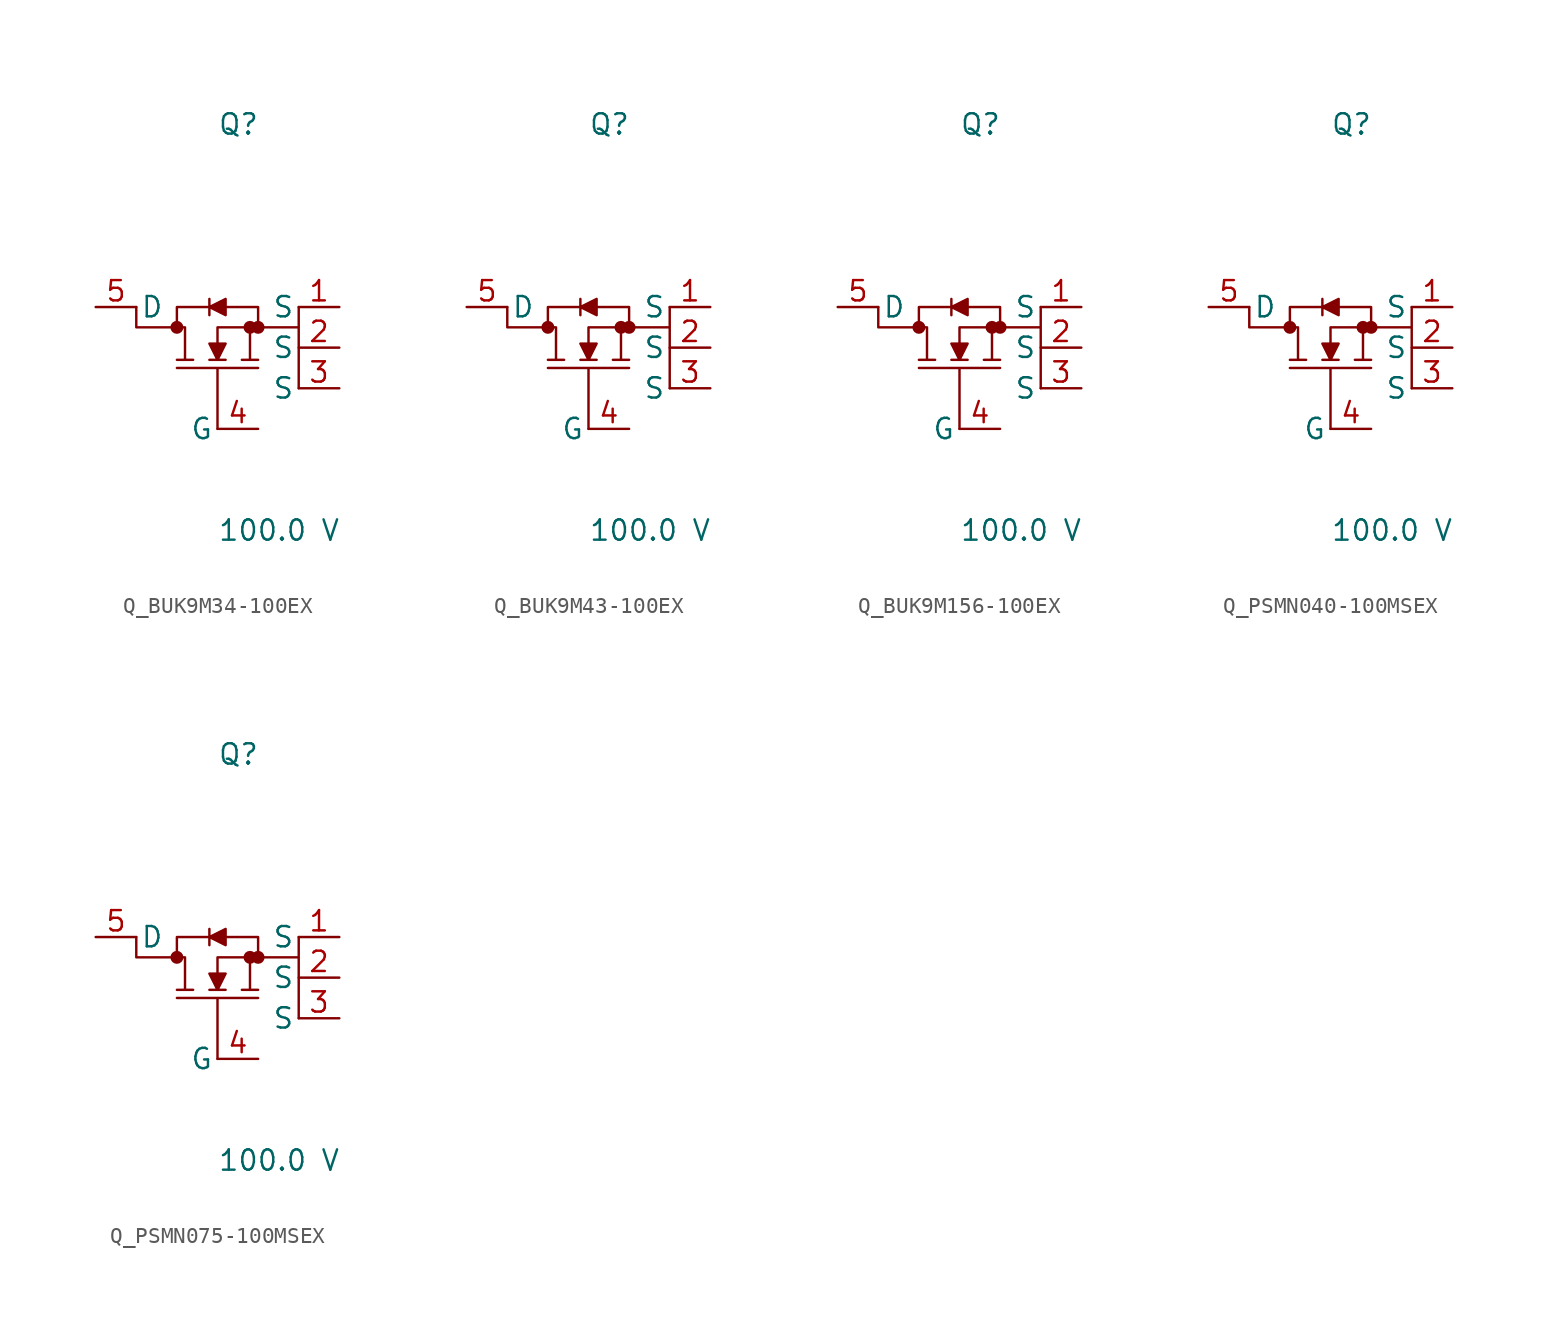
<source format=kicad_sym>
(kicad_symbol_lib
  (version 20231120)
  (generator kicad_symbol_editor)
  (generator_version 8.0)
  (symbol "Q_BUK9M34-100EX"
    (pin_names
      (offset 0.254))
    (property "Reference" "Q"
      (at 0.0 12.7 0)
      (effects (font (size 1.27 1.27)) (justify left)))
    (property "Value" "100.0 V"
      (at 0.0 -12.7 0)
      (effects (font (size 1.27 1.27)) (justify left)))
    (symbol "Q_BUK9M34-100EX_1_0"
      (polyline (pts (xy 0 -6.35) (xy 0 -2.54) (xy -2.54 -2.54) (xy 2.54 -2.54) (xy 0 -2.54) (xy 0 -6.35)) (stroke (width 0) (type default)) (fill (type none)))
      (polyline (pts (xy 5.08 1.27) (xy 5.08 0.0) (xy 2.54 0.0) (xy 2.54 1.27) (xy 0.508 1.27) (xy 0.508 1.778) (xy -0.508 1.27) (xy -0.508 1.778) (xy -0.508 1.27) (xy -2.54 1.27) (xy -2.54 0.0) (xy -5.08 0.0) (xy -5.08 1.27) (xy -5.08 0.0) (xy -2.032 0.0) (xy -2.032 -2.032) (xy -2.54 -2.032) (xy -1.524 -2.032) (xy -2.032 -2.032) (xy -2.032 0.0) (xy -2.54 0.0) (xy -2.54 1.27) (xy -0.508 1.27) (xy -0.508 0.762) (xy -0.508 1.27) (xy 0.508 0.762) (xy 0.508 1.27) (xy 2.54 1.27) (xy 2.54 0.0) (xy 0 0.0) (xy 0 -1.016) (xy -0.508 -1.016) (xy 0 -2.032) (xy -0.508 -2.032) (xy 0.508 -2.032) (xy 0 -2.032) (xy 0.508 -1.016) (xy 0 -1.016) (xy 0 0.0) (xy 2.032 0.0) (xy 2.032 -2.032) (xy 1.524 -2.032) (xy 2.54 -2.032) (xy 2.032 -2.032) (xy 2.032 0.0) (xy 5.08 0.0) (xy 5.08 -3.81)) (stroke (width 0) (type default)) (fill (type outline)))
      (circle (center -2.54 0.0) (radius 0.025) (stroke (width 0.381) (type default)) (fill (type none)))
      (circle (center 2.032 0.0) (radius 0.025) (stroke (width 0.381) (type default)) (fill (type none)))
      (circle (center 2.54 0.0) (radius 0.025) (stroke (width 0.381) (type default)) (fill (type none)))
      (pin unspecified line (at -7.62 1.27 0) (length 2.54) (name "D" (effects (font (size 1.27 1.27)))) (number "5" (effects (font (size 1.27 1.27)))))
      (pin unspecified line (at 7.62 1.27 180) (length 2.54) (name "S" (effects (font (size 1.27 1.27)))) (number "1" (effects (font (size 1.27 1.27)))))
      (pin unspecified line (at 7.62 -1.27 180) (length 2.54) (name "S" (effects (font (size 1.27 1.27)))) (number "2" (effects (font (size 1.27 1.27)))))
      (pin unspecified line (at 7.62 -3.81 180) (length 2.54) (name "S" (effects (font (size 1.27 1.27)))) (number "3" (effects (font (size 1.27 1.27)))))
      (pin unspecified line (at 2.54 -6.35 180) (length 2.54) (name "G" (effects (font (size 1.27 1.27)))) (number "4" (effects (font (size 1.27 1.27)))))))
  (symbol "Q_BUK9M43-100EX"
    (pin_names
      (offset 0.254))
    (property "Reference" "Q"
      (at 0.0 12.7 0)
      (effects (font (size 1.27 1.27)) (justify left)))
    (property "Value" "100.0 V"
      (at 0.0 -12.7 0)
      (effects (font (size 1.27 1.27)) (justify left)))
    (symbol "Q_BUK9M43-100EX_1_0"
      (polyline (pts (xy 0 -6.35) (xy 0 -2.54) (xy -2.54 -2.54) (xy 2.54 -2.54) (xy 0 -2.54) (xy 0 -6.35)) (stroke (width 0) (type default)) (fill (type none)))
      (polyline (pts (xy 5.08 1.27) (xy 5.08 0.0) (xy 2.54 0.0) (xy 2.54 1.27) (xy 0.508 1.27) (xy 0.508 1.778) (xy -0.508 1.27) (xy -0.508 1.778) (xy -0.508 1.27) (xy -2.54 1.27) (xy -2.54 0.0) (xy -5.08 0.0) (xy -5.08 1.27) (xy -5.08 0.0) (xy -2.032 0.0) (xy -2.032 -2.032) (xy -2.54 -2.032) (xy -1.524 -2.032) (xy -2.032 -2.032) (xy -2.032 0.0) (xy -2.54 0.0) (xy -2.54 1.27) (xy -0.508 1.27) (xy -0.508 0.762) (xy -0.508 1.27) (xy 0.508 0.762) (xy 0.508 1.27) (xy 2.54 1.27) (xy 2.54 0.0) (xy 0 0.0) (xy 0 -1.016) (xy -0.508 -1.016) (xy 0 -2.032) (xy -0.508 -2.032) (xy 0.508 -2.032) (xy 0 -2.032) (xy 0.508 -1.016) (xy 0 -1.016) (xy 0 0.0) (xy 2.032 0.0) (xy 2.032 -2.032) (xy 1.524 -2.032) (xy 2.54 -2.032) (xy 2.032 -2.032) (xy 2.032 0.0) (xy 5.08 0.0) (xy 5.08 -3.81)) (stroke (width 0) (type default)) (fill (type outline)))
      (circle (center -2.54 0.0) (radius 0.025) (stroke (width 0.381) (type default)) (fill (type none)))
      (circle (center 2.032 0.0) (radius 0.025) (stroke (width 0.381) (type default)) (fill (type none)))
      (circle (center 2.54 0.0) (radius 0.025) (stroke (width 0.381) (type default)) (fill (type none)))
      (pin unspecified line (at -7.62 1.27 0) (length 2.54) (name "D" (effects (font (size 1.27 1.27)))) (number "5" (effects (font (size 1.27 1.27)))))
      (pin unspecified line (at 7.62 1.27 180) (length 2.54) (name "S" (effects (font (size 1.27 1.27)))) (number "1" (effects (font (size 1.27 1.27)))))
      (pin unspecified line (at 7.62 -1.27 180) (length 2.54) (name "S" (effects (font (size 1.27 1.27)))) (number "2" (effects (font (size 1.27 1.27)))))
      (pin unspecified line (at 7.62 -3.81 180) (length 2.54) (name "S" (effects (font (size 1.27 1.27)))) (number "3" (effects (font (size 1.27 1.27)))))
      (pin unspecified line (at 2.54 -6.35 180) (length 2.54) (name "G" (effects (font (size 1.27 1.27)))) (number "4" (effects (font (size 1.27 1.27)))))))
  (symbol "Q_BUK9M156-100EX"
    (pin_names
      (offset 0.254))
    (property "Reference" "Q"
      (at 0.0 12.7 0)
      (effects (font (size 1.27 1.27)) (justify left)))
    (property "Value" "100.0 V"
      (at 0.0 -12.7 0)
      (effects (font (size 1.27 1.27)) (justify left)))
    (symbol "Q_BUK9M156-100EX_1_0"
      (polyline (pts (xy 0 -6.35) (xy 0 -2.54) (xy -2.54 -2.54) (xy 2.54 -2.54) (xy 0 -2.54) (xy 0 -6.35)) (stroke (width 0) (type default)) (fill (type none)))
      (polyline (pts (xy 5.08 1.27) (xy 5.08 0.0) (xy 2.54 0.0) (xy 2.54 1.27) (xy 0.508 1.27) (xy 0.508 1.778) (xy -0.508 1.27) (xy -0.508 1.778) (xy -0.508 1.27) (xy -2.54 1.27) (xy -2.54 0.0) (xy -5.08 0.0) (xy -5.08 1.27) (xy -5.08 0.0) (xy -2.032 0.0) (xy -2.032 -2.032) (xy -2.54 -2.032) (xy -1.524 -2.032) (xy -2.032 -2.032) (xy -2.032 0.0) (xy -2.54 0.0) (xy -2.54 1.27) (xy -0.508 1.27) (xy -0.508 0.762) (xy -0.508 1.27) (xy 0.508 0.762) (xy 0.508 1.27) (xy 2.54 1.27) (xy 2.54 0.0) (xy 0 0.0) (xy 0 -1.016) (xy -0.508 -1.016) (xy 0 -2.032) (xy -0.508 -2.032) (xy 0.508 -2.032) (xy 0 -2.032) (xy 0.508 -1.016) (xy 0 -1.016) (xy 0 0.0) (xy 2.032 0.0) (xy 2.032 -2.032) (xy 1.524 -2.032) (xy 2.54 -2.032) (xy 2.032 -2.032) (xy 2.032 0.0) (xy 5.08 0.0) (xy 5.08 -3.81)) (stroke (width 0) (type default)) (fill (type outline)))
      (circle (center -2.54 0.0) (radius 0.025) (stroke (width 0.381) (type default)) (fill (type none)))
      (circle (center 2.032 0.0) (radius 0.025) (stroke (width 0.381) (type default)) (fill (type none)))
      (circle (center 2.54 0.0) (radius 0.025) (stroke (width 0.381) (type default)) (fill (type none)))
      (pin unspecified line (at -7.62 1.27 0) (length 2.54) (name "D" (effects (font (size 1.27 1.27)))) (number "5" (effects (font (size 1.27 1.27)))))
      (pin unspecified line (at 7.62 1.27 180) (length 2.54) (name "S" (effects (font (size 1.27 1.27)))) (number "1" (effects (font (size 1.27 1.27)))))
      (pin unspecified line (at 7.62 -1.27 180) (length 2.54) (name "S" (effects (font (size 1.27 1.27)))) (number "2" (effects (font (size 1.27 1.27)))))
      (pin unspecified line (at 7.62 -3.81 180) (length 2.54) (name "S" (effects (font (size 1.27 1.27)))) (number "3" (effects (font (size 1.27 1.27)))))
      (pin unspecified line (at 2.54 -6.35 180) (length 2.54) (name "G" (effects (font (size 1.27 1.27)))) (number "4" (effects (font (size 1.27 1.27)))))))
  (symbol "Q_PSMN040-100MSEX"
    (pin_names
      (offset 0.254))
    (property "Reference" "Q"
      (at 0.0 12.7 0)
      (effects (font (size 1.27 1.27)) (justify left)))
    (property "Value" "100.0 V"
      (at 0.0 -12.7 0)
      (effects (font (size 1.27 1.27)) (justify left)))
    (symbol "Q_PSMN040-100MSEX_1_0"
      (polyline (pts (xy 0 -6.35) (xy 0 -2.54) (xy -2.54 -2.54) (xy 2.54 -2.54) (xy 0 -2.54) (xy 0 -6.35)) (stroke (width 0) (type default)) (fill (type none)))
      (polyline (pts (xy 5.08 1.27) (xy 5.08 0.0) (xy 2.54 0.0) (xy 2.54 1.27) (xy 0.508 1.27) (xy 0.508 1.778) (xy -0.508 1.27) (xy -0.508 1.778) (xy -0.508 1.27) (xy -2.54 1.27) (xy -2.54 0.0) (xy -5.08 0.0) (xy -5.08 1.27) (xy -5.08 0.0) (xy -2.032 0.0) (xy -2.032 -2.032) (xy -2.54 -2.032) (xy -1.524 -2.032) (xy -2.032 -2.032) (xy -2.032 0.0) (xy -2.54 0.0) (xy -2.54 1.27) (xy -0.508 1.27) (xy -0.508 0.762) (xy -0.508 1.27) (xy 0.508 0.762) (xy 0.508 1.27) (xy 2.54 1.27) (xy 2.54 0.0) (xy 0 0.0) (xy 0 -1.016) (xy -0.508 -1.016) (xy 0 -2.032) (xy -0.508 -2.032) (xy 0.508 -2.032) (xy 0 -2.032) (xy 0.508 -1.016) (xy 0 -1.016) (xy 0 0.0) (xy 2.032 0.0) (xy 2.032 -2.032) (xy 1.524 -2.032) (xy 2.54 -2.032) (xy 2.032 -2.032) (xy 2.032 0.0) (xy 5.08 0.0) (xy 5.08 -3.81)) (stroke (width 0) (type default)) (fill (type outline)))
      (circle (center -2.54 0.0) (radius 0.025) (stroke (width 0.381) (type default)) (fill (type none)))
      (circle (center 2.032 0.0) (radius 0.025) (stroke (width 0.381) (type default)) (fill (type none)))
      (circle (center 2.54 0.0) (radius 0.025) (stroke (width 0.381) (type default)) (fill (type none)))
      (pin unspecified line (at -7.62 1.27 0) (length 2.54) (name "D" (effects (font (size 1.27 1.27)))) (number "5" (effects (font (size 1.27 1.27)))))
      (pin unspecified line (at 7.62 1.27 180) (length 2.54) (name "S" (effects (font (size 1.27 1.27)))) (number "1" (effects (font (size 1.27 1.27)))))
      (pin unspecified line (at 7.62 -1.27 180) (length 2.54) (name "S" (effects (font (size 1.27 1.27)))) (number "2" (effects (font (size 1.27 1.27)))))
      (pin unspecified line (at 7.62 -3.81 180) (length 2.54) (name "S" (effects (font (size 1.27 1.27)))) (number "3" (effects (font (size 1.27 1.27)))))
      (pin unspecified line (at 2.54 -6.35 180) (length 2.54) (name "G" (effects (font (size 1.27 1.27)))) (number "4" (effects (font (size 1.27 1.27)))))))
  (symbol "Q_PSMN075-100MSEX"
    (pin_names
      (offset 0.254))
    (property "Reference" "Q"
      (at 0.0 12.7 0)
      (effects (font (size 1.27 1.27)) (justify left)))
    (property "Value" "100.0 V"
      (at 0.0 -12.7 0)
      (effects (font (size 1.27 1.27)) (justify left)))
    (symbol "Q_PSMN075-100MSEX_1_0"
      (polyline (pts (xy 0 -6.35) (xy 0 -2.54) (xy -2.54 -2.54) (xy 2.54 -2.54) (xy 0 -2.54) (xy 0 -6.35)) (stroke (width 0) (type default)) (fill (type none)))
      (polyline (pts (xy 5.08 1.27) (xy 5.08 0.0) (xy 2.54 0.0) (xy 2.54 1.27) (xy 0.508 1.27) (xy 0.508 1.778) (xy -0.508 1.27) (xy -0.508 1.778) (xy -0.508 1.27) (xy -2.54 1.27) (xy -2.54 0.0) (xy -5.08 0.0) (xy -5.08 1.27) (xy -5.08 0.0) (xy -2.032 0.0) (xy -2.032 -2.032) (xy -2.54 -2.032) (xy -1.524 -2.032) (xy -2.032 -2.032) (xy -2.032 0.0) (xy -2.54 0.0) (xy -2.54 1.27) (xy -0.508 1.27) (xy -0.508 0.762) (xy -0.508 1.27) (xy 0.508 0.762) (xy 0.508 1.27) (xy 2.54 1.27) (xy 2.54 0.0) (xy 0 0.0) (xy 0 -1.016) (xy -0.508 -1.016) (xy 0 -2.032) (xy -0.508 -2.032) (xy 0.508 -2.032) (xy 0 -2.032) (xy 0.508 -1.016) (xy 0 -1.016) (xy 0 0.0) (xy 2.032 0.0) (xy 2.032 -2.032) (xy 1.524 -2.032) (xy 2.54 -2.032) (xy 2.032 -2.032) (xy 2.032 0.0) (xy 5.08 0.0) (xy 5.08 -3.81)) (stroke (width 0) (type default)) (fill (type outline)))
      (circle (center -2.54 0.0) (radius 0.025) (stroke (width 0.381) (type default)) (fill (type none)))
      (circle (center 2.032 0.0) (radius 0.025) (stroke (width 0.381) (type default)) (fill (type none)))
      (circle (center 2.54 0.0) (radius 0.025) (stroke (width 0.381) (type default)) (fill (type none)))
      (pin unspecified line (at -7.62 1.27 0) (length 2.54) (name "D" (effects (font (size 1.27 1.27)))) (number "5" (effects (font (size 1.27 1.27)))))
      (pin unspecified line (at 7.62 1.27 180) (length 2.54) (name "S" (effects (font (size 1.27 1.27)))) (number "1" (effects (font (size 1.27 1.27)))))
      (pin unspecified line (at 7.62 -1.27 180) (length 2.54) (name "S" (effects (font (size 1.27 1.27)))) (number "2" (effects (font (size 1.27 1.27)))))
      (pin unspecified line (at 7.62 -3.81 180) (length 2.54) (name "S" (effects (font (size 1.27 1.27)))) (number "3" (effects (font (size 1.27 1.27)))))
      (pin unspecified line (at 2.54 -6.35 180) (length 2.54) (name "G" (effects (font (size 1.27 1.27)))) (number "4" (effects (font (size 1.27 1.27))))))))
</source>
